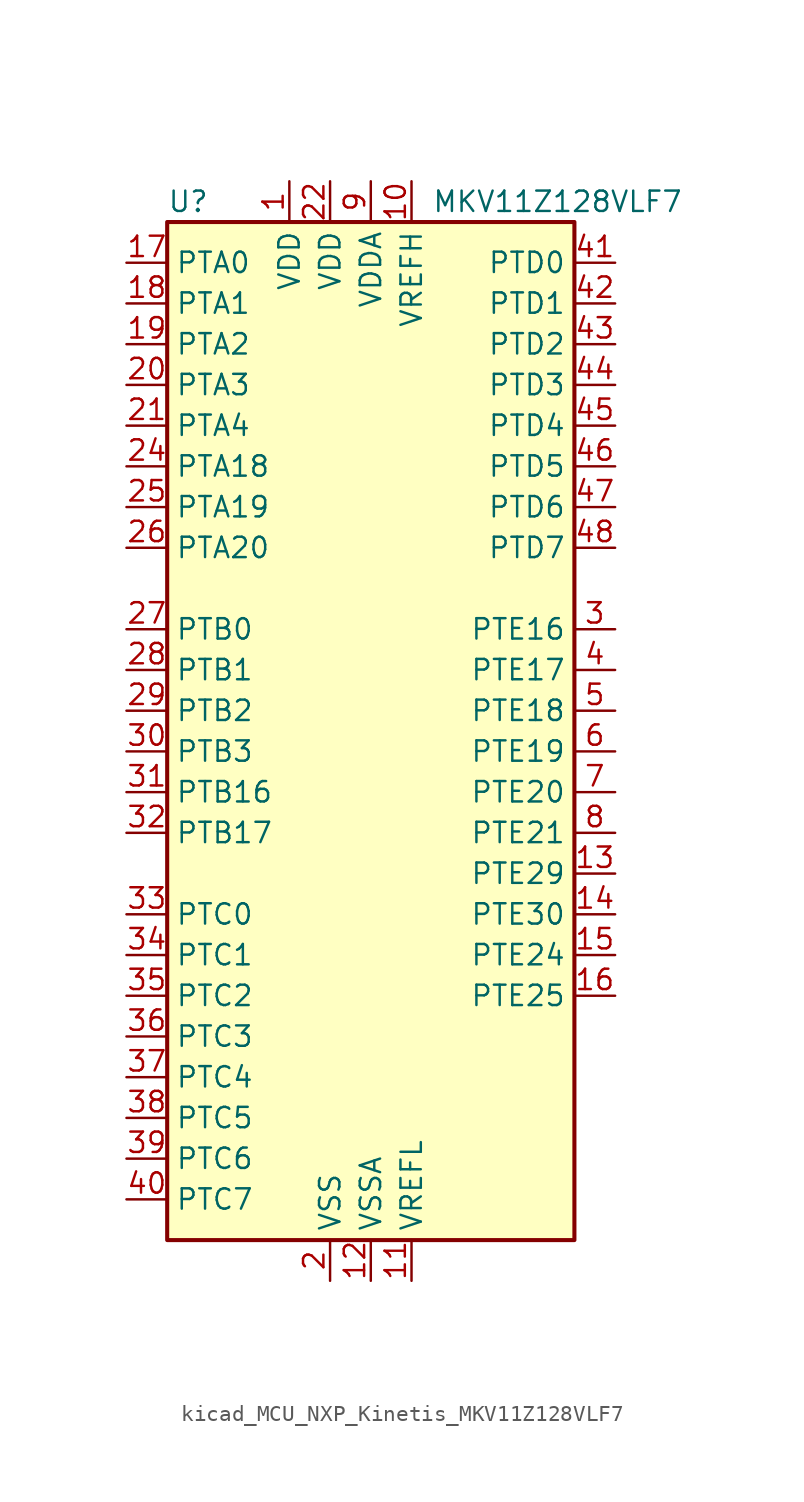
<source format=kicad_sym>
(kicad_symbol_lib
  (version 20220914)
  (generator kicad_symbol_editor)
  (symbol "kicad_MCU_NXP_Kinetis_MKV11Z128VLF7"
    (property "Reference" "U"
      (at -12.7 34.29 0)
      (effects (font (size 1.27 1.27)) (justify left)))
    (property "Value" "MKV11Z128VLF7"
      (at 3.81 34.29 0)
      (effects (font (size 1.27 1.27)) (justify left)))
    (symbol "kicad_MCU_NXP_Kinetis_MKV11Z128VLF7_0_1"
      (rectangle (start -12.7 33.02) (end 12.7 -30.48) (stroke (width 0.254) (type default)) (fill (type background))))
    (symbol "kicad_MCU_NXP_Kinetis_MKV11Z128VLF7_1_1"
      (pin power_in line (at -5.08 35.56 270) (length 2.54) (name "VDD" (effects (font (size 1.27 1.27)))) (number "1" (effects (font (size 1.27 1.27)))))
      (pin power_in line (at 2.54 35.56 270) (length 2.54) (name "VREFH" (effects (font (size 1.27 1.27)))) (number "10" (effects (font (size 1.27 1.27)))))
      (pin power_in line (at 2.54 -33.02 90) (length 2.54) (name "VREFL" (effects (font (size 1.27 1.27)))) (number "11" (effects (font (size 1.27 1.27)))))
      (pin power_in line (at 0 -33.02 90) (length 2.54) (name "VSSA" (effects (font (size 1.27 1.27)))) (number "12" (effects (font (size 1.27 1.27)))))
      (pin bidirectional line (at 15.24 -7.62 180) (length 2.54) (name "PTE29" (effects (font (size 1.27 1.27)))) (number "13" (effects (font (size 1.27 1.27)))))
      (pin bidirectional line (at 15.24 -10.16 180) (length 2.54) (name "PTE30" (effects (font (size 1.27 1.27)))) (number "14" (effects (font (size 1.27 1.27)))))
      (pin bidirectional line (at 15.24 -12.7 180) (length 2.54) (name "PTE24" (effects (font (size 1.27 1.27)))) (number "15" (effects (font (size 1.27 1.27)))))
      (pin bidirectional line (at 15.24 -15.24 180) (length 2.54) (name "PTE25" (effects (font (size 1.27 1.27)))) (number "16" (effects (font (size 1.27 1.27)))))
      (pin bidirectional line (at -15.24 30.48 0) (length 2.54) (name "PTA0" (effects (font (size 1.27 1.27)))) (number "17" (effects (font (size 1.27 1.27)))))
      (pin bidirectional line (at -15.24 27.94 0) (length 2.54) (name "PTA1" (effects (font (size 1.27 1.27)))) (number "18" (effects (font (size 1.27 1.27)))))
      (pin bidirectional line (at -15.24 25.4 0) (length 2.54) (name "PTA2" (effects (font (size 1.27 1.27)))) (number "19" (effects (font (size 1.27 1.27)))))
      (pin power_in line (at -2.54 -33.02 90) (length 2.54) (name "VSS" (effects (font (size 1.27 1.27)))) (number "2" (effects (font (size 1.27 1.27)))))
      (pin bidirectional line (at -15.24 22.86 0) (length 2.54) (name "PTA3" (effects (font (size 1.27 1.27)))) (number "20" (effects (font (size 1.27 1.27)))))
      (pin bidirectional line (at -15.24 20.32 0) (length 2.54) (name "PTA4" (effects (font (size 1.27 1.27)))) (number "21" (effects (font (size 1.27 1.27)))))
      (pin power_in line (at -2.54 35.56 270) (length 2.54) (name "VDD" (effects (font (size 1.27 1.27)))) (number "22" (effects (font (size 1.27 1.27)))))
      (pin passive line (at -2.54 -33.02 90) (length 2.54) hide (name "VSS" (effects (font (size 1.27 1.27)))) (number "23" (effects (font (size 1.27 1.27)))))
      (pin bidirectional line (at -15.24 17.78 0) (length 2.54) (name "PTA18" (effects (font (size 1.27 1.27)))) (number "24" (effects (font (size 1.27 1.27)))))
      (pin bidirectional line (at -15.24 15.24 0) (length 2.54) (name "PTA19" (effects (font (size 1.27 1.27)))) (number "25" (effects (font (size 1.27 1.27)))))
      (pin bidirectional line (at -15.24 12.7 0) (length 2.54) (name "PTA20" (effects (font (size 1.27 1.27)))) (number "26" (effects (font (size 1.27 1.27)))))
      (pin bidirectional line (at -15.24 7.62 0) (length 2.54) (name "PTB0" (effects (font (size 1.27 1.27)))) (number "27" (effects (font (size 1.27 1.27)))))
      (pin bidirectional line (at -15.24 5.08 0) (length 2.54) (name "PTB1" (effects (font (size 1.27 1.27)))) (number "28" (effects (font (size 1.27 1.27)))))
      (pin bidirectional line (at -15.24 2.54 0) (length 2.54) (name "PTB2" (effects (font (size 1.27 1.27)))) (number "29" (effects (font (size 1.27 1.27)))))
      (pin bidirectional line (at 15.24 7.62 180) (length 2.54) (name "PTE16" (effects (font (size 1.27 1.27)))) (number "3" (effects (font (size 1.27 1.27)))))
      (pin bidirectional line (at -15.24 0 0) (length 2.54) (name "PTB3" (effects (font (size 1.27 1.27)))) (number "30" (effects (font (size 1.27 1.27)))))
      (pin bidirectional line (at -15.24 -2.54 0) (length 2.54) (name "PTB16" (effects (font (size 1.27 1.27)))) (number "31" (effects (font (size 1.27 1.27)))))
      (pin bidirectional line (at -15.24 -5.08 0) (length 2.54) (name "PTB17" (effects (font (size 1.27 1.27)))) (number "32" (effects (font (size 1.27 1.27)))))
      (pin bidirectional line (at -15.24 -10.16 0) (length 2.54) (name "PTC0" (effects (font (size 1.27 1.27)))) (number "33" (effects (font (size 1.27 1.27)))))
      (pin bidirectional line (at -15.24 -12.7 0) (length 2.54) (name "PTC1" (effects (font (size 1.27 1.27)))) (number "34" (effects (font (size 1.27 1.27)))))
      (pin bidirectional line (at -15.24 -15.24 0) (length 2.54) (name "PTC2" (effects (font (size 1.27 1.27)))) (number "35" (effects (font (size 1.27 1.27)))))
      (pin bidirectional line (at -15.24 -17.78 0) (length 2.54) (name "PTC3" (effects (font (size 1.27 1.27)))) (number "36" (effects (font (size 1.27 1.27)))))
      (pin bidirectional line (at -15.24 -20.32 0) (length 2.54) (name "PTC4" (effects (font (size 1.27 1.27)))) (number "37" (effects (font (size 1.27 1.27)))))
      (pin bidirectional line (at -15.24 -22.86 0) (length 2.54) (name "PTC5" (effects (font (size 1.27 1.27)))) (number "38" (effects (font (size 1.27 1.27)))))
      (pin bidirectional line (at -15.24 -25.4 0) (length 2.54) (name "PTC6" (effects (font (size 1.27 1.27)))) (number "39" (effects (font (size 1.27 1.27)))))
      (pin bidirectional line (at 15.24 5.08 180) (length 2.54) (name "PTE17" (effects (font (size 1.27 1.27)))) (number "4" (effects (font (size 1.27 1.27)))))
      (pin bidirectional line (at -15.24 -27.94 0) (length 2.54) (name "PTC7" (effects (font (size 1.27 1.27)))) (number "40" (effects (font (size 1.27 1.27)))))
      (pin bidirectional line (at 15.24 30.48 180) (length 2.54) (name "PTD0" (effects (font (size 1.27 1.27)))) (number "41" (effects (font (size 1.27 1.27)))))
      (pin bidirectional line (at 15.24 27.94 180) (length 2.54) (name "PTD1" (effects (font (size 1.27 1.27)))) (number "42" (effects (font (size 1.27 1.27)))))
      (pin bidirectional line (at 15.24 25.4 180) (length 2.54) (name "PTD2" (effects (font (size 1.27 1.27)))) (number "43" (effects (font (size 1.27 1.27)))))
      (pin bidirectional line (at 15.24 22.86 180) (length 2.54) (name "PTD3" (effects (font (size 1.27 1.27)))) (number "44" (effects (font (size 1.27 1.27)))))
      (pin bidirectional line (at 15.24 20.32 180) (length 2.54) (name "PTD4" (effects (font (size 1.27 1.27)))) (number "45" (effects (font (size 1.27 1.27)))))
      (pin bidirectional line (at 15.24 17.78 180) (length 2.54) (name "PTD5" (effects (font (size 1.27 1.27)))) (number "46" (effects (font (size 1.27 1.27)))))
      (pin bidirectional line (at 15.24 15.24 180) (length 2.54) (name "PTD6" (effects (font (size 1.27 1.27)))) (number "47" (effects (font (size 1.27 1.27)))))
      (pin bidirectional line (at 15.24 12.7 180) (length 2.54) (name "PTD7" (effects (font (size 1.27 1.27)))) (number "48" (effects (font (size 1.27 1.27)))))
      (pin bidirectional line (at 15.24 2.54 180) (length 2.54) (name "PTE18" (effects (font (size 1.27 1.27)))) (number "5" (effects (font (size 1.27 1.27)))))
      (pin bidirectional line (at 15.24 0 180) (length 2.54) (name "PTE19" (effects (font (size 1.27 1.27)))) (number "6" (effects (font (size 1.27 1.27)))))
      (pin bidirectional line (at 15.24 -2.54 180) (length 2.54) (name "PTE20" (effects (font (size 1.27 1.27)))) (number "7" (effects (font (size 1.27 1.27)))))
      (pin bidirectional line (at 15.24 -5.08 180) (length 2.54) (name "PTE21" (effects (font (size 1.27 1.27)))) (number "8" (effects (font (size 1.27 1.27)))))
      (pin power_in line (at 0 35.56 270) (length 2.54) (name "VDDA" (effects (font (size 1.27 1.27)))) (number "9" (effects (font (size 1.27 1.27))))))))
</source>
